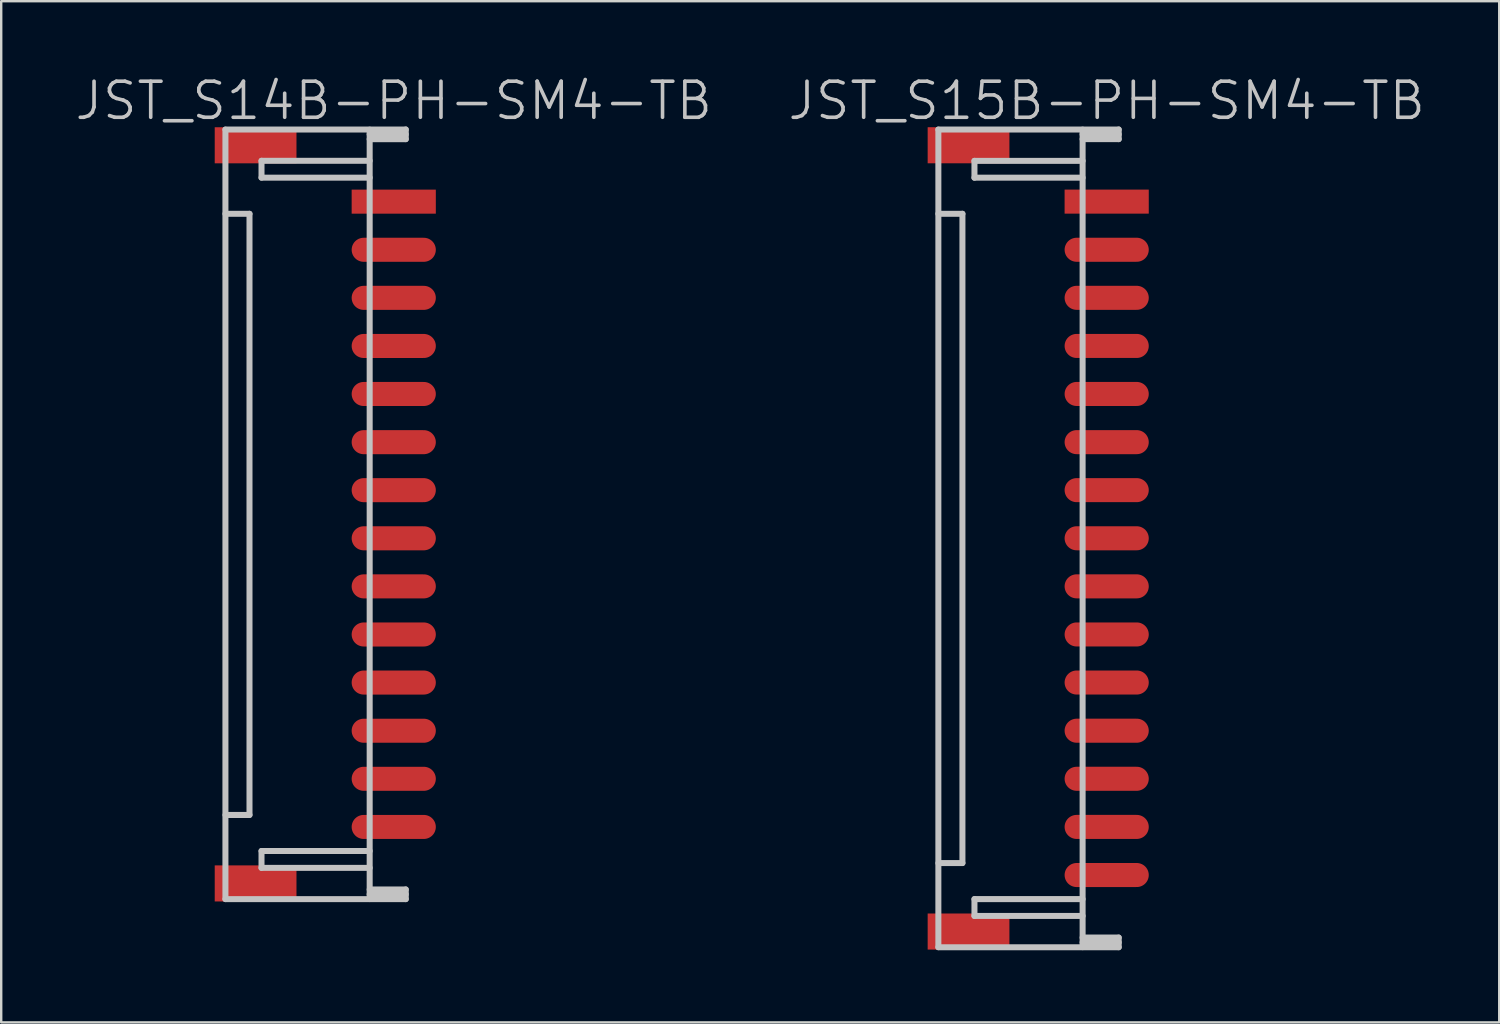
<source format=kicad_pcb>
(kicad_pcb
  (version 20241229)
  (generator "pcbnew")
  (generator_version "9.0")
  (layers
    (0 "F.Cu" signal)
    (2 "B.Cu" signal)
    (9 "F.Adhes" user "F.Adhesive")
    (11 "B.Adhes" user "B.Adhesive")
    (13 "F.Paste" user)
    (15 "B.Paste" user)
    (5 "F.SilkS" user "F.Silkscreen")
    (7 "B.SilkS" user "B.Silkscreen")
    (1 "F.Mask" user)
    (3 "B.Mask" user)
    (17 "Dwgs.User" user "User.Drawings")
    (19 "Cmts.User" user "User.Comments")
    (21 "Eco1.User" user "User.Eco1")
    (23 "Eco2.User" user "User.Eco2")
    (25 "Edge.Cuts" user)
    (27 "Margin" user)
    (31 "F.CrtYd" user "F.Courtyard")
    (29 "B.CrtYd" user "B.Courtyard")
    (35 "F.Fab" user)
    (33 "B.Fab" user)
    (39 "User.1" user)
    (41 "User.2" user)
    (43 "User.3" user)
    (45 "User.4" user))
  (footprint "JST_S15B-PH-SM4-TB"
    (layer "F.Cu")
    (at 42.975 19.341)
    (property "Reference" "JST_S15B-PH-SM4-TB" (at 0 -18.2 180) (layer "Dwgs.User") (effects (font (size 1.5 1.5) (thickness 0.15))))
    (attr smd)
    (fp_line (start -7 -17.005) (end 0.5 -17.005) (stroke (width 0.25) (type solid)) (layer "Dwgs.User"))
    (fp_line (start -7 -17) (end -7 17) (stroke (width 0.25) (type solid)) (layer "Dwgs.User"))
    (fp_line (start -7 -13.5) (end -5.999 -13.5) (stroke (width 0.25) (type solid)) (layer "Dwgs.User"))
    (fp_line (start -5.999 13.5) (end -5.999 -13.5) (stroke (width 0.25) (type solid)) (layer "Dwgs.User"))
    (fp_line (start -5.999 13.503) (end -6.998 13.503) (stroke (width 0.25) (type solid)) (layer "Dwgs.User"))
    (fp_line (start -5.499 -15.702) (end -1.001 -15.702) (stroke (width 0.25) (type solid)) (layer "Dwgs.User"))
    (fp_line (start -5.499 -15.001) (end -5.499 -15.702) (stroke (width 0.25) (type solid)) (layer "Dwgs.User"))
    (fp_line (start -5.499 15.001) (end -5.499 15.702) (stroke (width 0.25) (type solid)) (layer "Dwgs.User"))
    (fp_line (start -5.499 15.702) (end -1.001 15.702) (stroke (width 0.25) (type solid)) (layer "Dwgs.User"))
    (fp_line (start -1.001 -16.604) (end 0.5 -16.604) (stroke (width 0.25) (type solid)) (layer "Dwgs.User"))
    (fp_line (start -1.001 -15.001) (end -5.499 -15.001) (stroke (width 0.25) (type solid)) (layer "Dwgs.User"))
    (fp_line (start -1.001 15.001) (end -5.499 15.001) (stroke (width 0.25) (type solid)) (layer "Dwgs.User"))
    (fp_line (start -1.001 16.802) (end 0.5 16.802) (stroke (width 0.25) (type solid)) (layer "Dwgs.User"))
    (fp_line (start -1.001 17) (end -1.001 -17) (stroke (width 0.25) (type solid)) (layer "Dwgs.User"))
    (fp_line (start 0.5 -16.805) (end -1.001 -16.805) (stroke (width 0.25) (type solid)) (layer "Dwgs.User"))
    (fp_line (start 0.5 -16.604) (end 0.5 -17.005) (stroke (width 0.25) (type solid)) (layer "Dwgs.User"))
    (fp_line (start 0.5 16.601) (end -1.001 16.601) (stroke (width 0.25) (type solid)) (layer "Dwgs.User"))
    (fp_line (start 0.5 17.003) (end -7 17.003) (stroke (width 0.25) (type solid)) (layer "Dwgs.User"))
    (fp_line (start 0.5 17.003) (end 0.5 16.601) (stroke (width 0.25) (type solid)) (layer "Dwgs.User"))
    (pad "" smd rect (at -5.745 -16.35 270) (size 1.5 3.4) (layers "F.Cu" "F.Mask" "F.Paste"))
    (pad "" smd rect (at -5.745 16.35 270) (size 1.5 3.4) (layers "F.Cu" "F.Mask" "F.Paste"))
    (pad "1" smd rect (at 0 -14.006 270) (size 1 3.5) (layers "F.Cu" "F.Mask" "F.Paste"))
    (pad "2" smd oval (at 0 -12.004 270) (size 1 3.5) (layers "F.Cu" "F.Mask" "F.Paste"))
    (pad "3" smd oval (at 0 -10.005 270) (size 1 3.5) (layers "F.Cu" "F.Mask" "F.Paste"))
    (pad "4" smd oval (at 0 -8.004 270) (size 1 3.5) (layers "F.Cu" "F.Mask" "F.Paste"))
    (pad "5" smd oval (at 0 -6.007 270) (size 1 3.5) (layers "F.Cu" "F.Mask" "F.Paste"))
    (pad "6" smd oval (at 0 -4.003 270) (size 1 3.5) (layers "F.Cu" "F.Mask" "F.Paste"))
    (pad "7" smd oval (at 0 -2.007 270) (size 1 3.5) (layers "F.Cu" "F.Mask" "F.Paste"))
    (pad "8" smd oval (at 0 -0.005 270) (size 1 3.5) (layers "F.Cu" "F.Mask" "F.Paste"))
    (pad "9" smd oval (at 0 1.994 270) (size 1 3.5) (layers "F.Cu" "F.Mask" "F.Paste"))
    (pad "10" smd oval (at 0 3.995 270) (size 1 3.5) (layers "F.Cu" "F.Mask" "F.Paste"))
    (pad "11" smd oval (at 0 5.994 270) (size 1 3.5) (layers "F.Cu" "F.Mask" "F.Paste"))
    (pad "12" smd oval (at 0 7.998 270) (size 1 3.5) (layers "F.Cu" "F.Mask" "F.Paste"))
    (pad "13" smd oval (at 0 9.997 270) (size 1 3.5) (layers "F.Cu" "F.Mask" "F.Paste"))
    (pad "14" smd oval (at 0 11.999 270) (size 1 3.5) (layers "F.Cu" "F.Mask" "F.Paste"))
    (pad "15" smd oval (at 0 14 270) (size 1 3.5) (layers "F.Cu" "F.Mask" "F.Paste")))
  (footprint "JST_S14B-PH-SM4-TB"
    (layer "F.Cu")
    (at 13.325 18.341)
    (property "Reference" "JST_S14B-PH-SM4-TB" (at 0 -17.2 180) (layer "Dwgs.User") (effects (font (size 1.5 1.5) (thickness 0.15))))
    (attr smd)
    (fp_line (start -7 -16.005) (end 0.5 -16.005) (stroke (width 0.25) (type solid)) (layer "Dwgs.User"))
    (fp_line (start -7 -15.999) (end -7 15.999) (stroke (width 0.25) (type solid)) (layer "Dwgs.User"))
    (fp_line (start -7 -12.499) (end -5.999 -12.499) (stroke (width 0.25) (type solid)) (layer "Dwgs.User"))
    (fp_line (start -5.999 12.499) (end -5.999 -12.499) (stroke (width 0.25) (type solid)) (layer "Dwgs.User"))
    (fp_line (start -5.999 12.502) (end -6.998 12.502) (stroke (width 0.25) (type solid)) (layer "Dwgs.User"))
    (fp_line (start -5.499 -14.704) (end -1.001 -14.704) (stroke (width 0.25) (type solid)) (layer "Dwgs.User"))
    (fp_line (start -5.499 -14.003) (end -5.499 -14.704) (stroke (width 0.25) (type solid)) (layer "Dwgs.User"))
    (fp_line (start -5.499 14) (end -5.499 14.702) (stroke (width 0.25) (type solid)) (layer "Dwgs.User"))
    (fp_line (start -5.499 14.702) (end -1.001 14.702) (stroke (width 0.25) (type solid)) (layer "Dwgs.User"))
    (fp_line (start -1.001 -15.603) (end 0.5 -15.603) (stroke (width 0.25) (type solid)) (layer "Dwgs.User"))
    (fp_line (start -1.001 -14.003) (end -5.499 -14.003) (stroke (width 0.25) (type solid)) (layer "Dwgs.User"))
    (fp_line (start -1.001 14) (end -5.499 14) (stroke (width 0.25) (type solid)) (layer "Dwgs.User"))
    (fp_line (start -1.001 15.801) (end 0.5 15.801) (stroke (width 0.25) (type solid)) (layer "Dwgs.User"))
    (fp_line (start -1.001 15.999) (end -1.001 -15.999) (stroke (width 0.25) (type solid)) (layer "Dwgs.User"))
    (fp_line (start 0.5 -15.804) (end -1.001 -15.804) (stroke (width 0.25) (type solid)) (layer "Dwgs.User"))
    (fp_line (start 0.5 -15.603) (end 0.5 -16.005) (stroke (width 0.25) (type solid)) (layer "Dwgs.User"))
    (fp_line (start 0.5 15.601) (end -1.001 15.601) (stroke (width 0.25) (type solid)) (layer "Dwgs.User"))
    (fp_line (start 0.5 16.002) (end -7 16.002) (stroke (width 0.25) (type solid)) (layer "Dwgs.User"))
    (fp_line (start 0.5 16.002) (end 0.5 15.601) (stroke (width 0.25) (type solid)) (layer "Dwgs.User"))
    (pad "" smd rect (at -5.745 -15.349 270) (size 1.5 3.4) (layers "F.Cu" "F.Mask" "F.Paste"))
    (pad "" smd rect (at -5.745 15.349 270) (size 1.5 3.4) (layers "F.Cu" "F.Mask" "F.Paste"))
    (pad "1" smd rect (at 0 -13.005 270) (size 1 3.5) (layers "F.Cu" "F.Mask" "F.Paste"))
    (pad "2" smd oval (at 0 -11.003 270) (size 1 3.5) (layers "F.Cu" "F.Mask" "F.Paste"))
    (pad "3" smd oval (at 0 -9.004 270) (size 1 3.5) (layers "F.Cu" "F.Mask" "F.Paste"))
    (pad "4" smd oval (at 0 -7.003 270) (size 1 3.5) (layers "F.Cu" "F.Mask" "F.Paste"))
    (pad "5" smd oval (at 0 -5.006 270) (size 1 3.5) (layers "F.Cu" "F.Mask" "F.Paste"))
    (pad "6" smd oval (at 0 -3.002 270) (size 1 3.5) (layers "F.Cu" "F.Mask" "F.Paste"))
    (pad "7" smd oval (at 0 -1.006 270) (size 1 3.5) (layers "F.Cu" "F.Mask" "F.Paste"))
    (pad "8" smd oval (at 0 0.996 270) (size 1 3.5) (layers "F.Cu" "F.Mask" "F.Paste"))
    (pad "9" smd oval (at 0 2.995 270) (size 1 3.5) (layers "F.Cu" "F.Mask" "F.Paste"))
    (pad "10" smd oval (at 0 4.996 270) (size 1 3.5) (layers "F.Cu" "F.Mask" "F.Paste"))
    (pad "11" smd oval (at 0 6.995 270) (size 1 3.5) (layers "F.Cu" "F.Mask" "F.Paste"))
    (pad "12" smd oval (at 0 8.999 270) (size 1 3.5) (layers "F.Cu" "F.Mask" "F.Paste"))
    (pad "13" smd oval (at 0 10.998 270) (size 1 3.5) (layers "F.Cu" "F.Mask" "F.Paste"))
    (pad "14" smd oval (at 0 13 270) (size 1 3.5) (layers "F.Cu" "F.Mask" "F.Paste")))
  (gr_rect
    (start -3 -3)
    (end 59.3 39.469)
    (stroke (width 0.1) (type default))
    (fill no)
    (layer "Edge.Cuts")))
</source>
